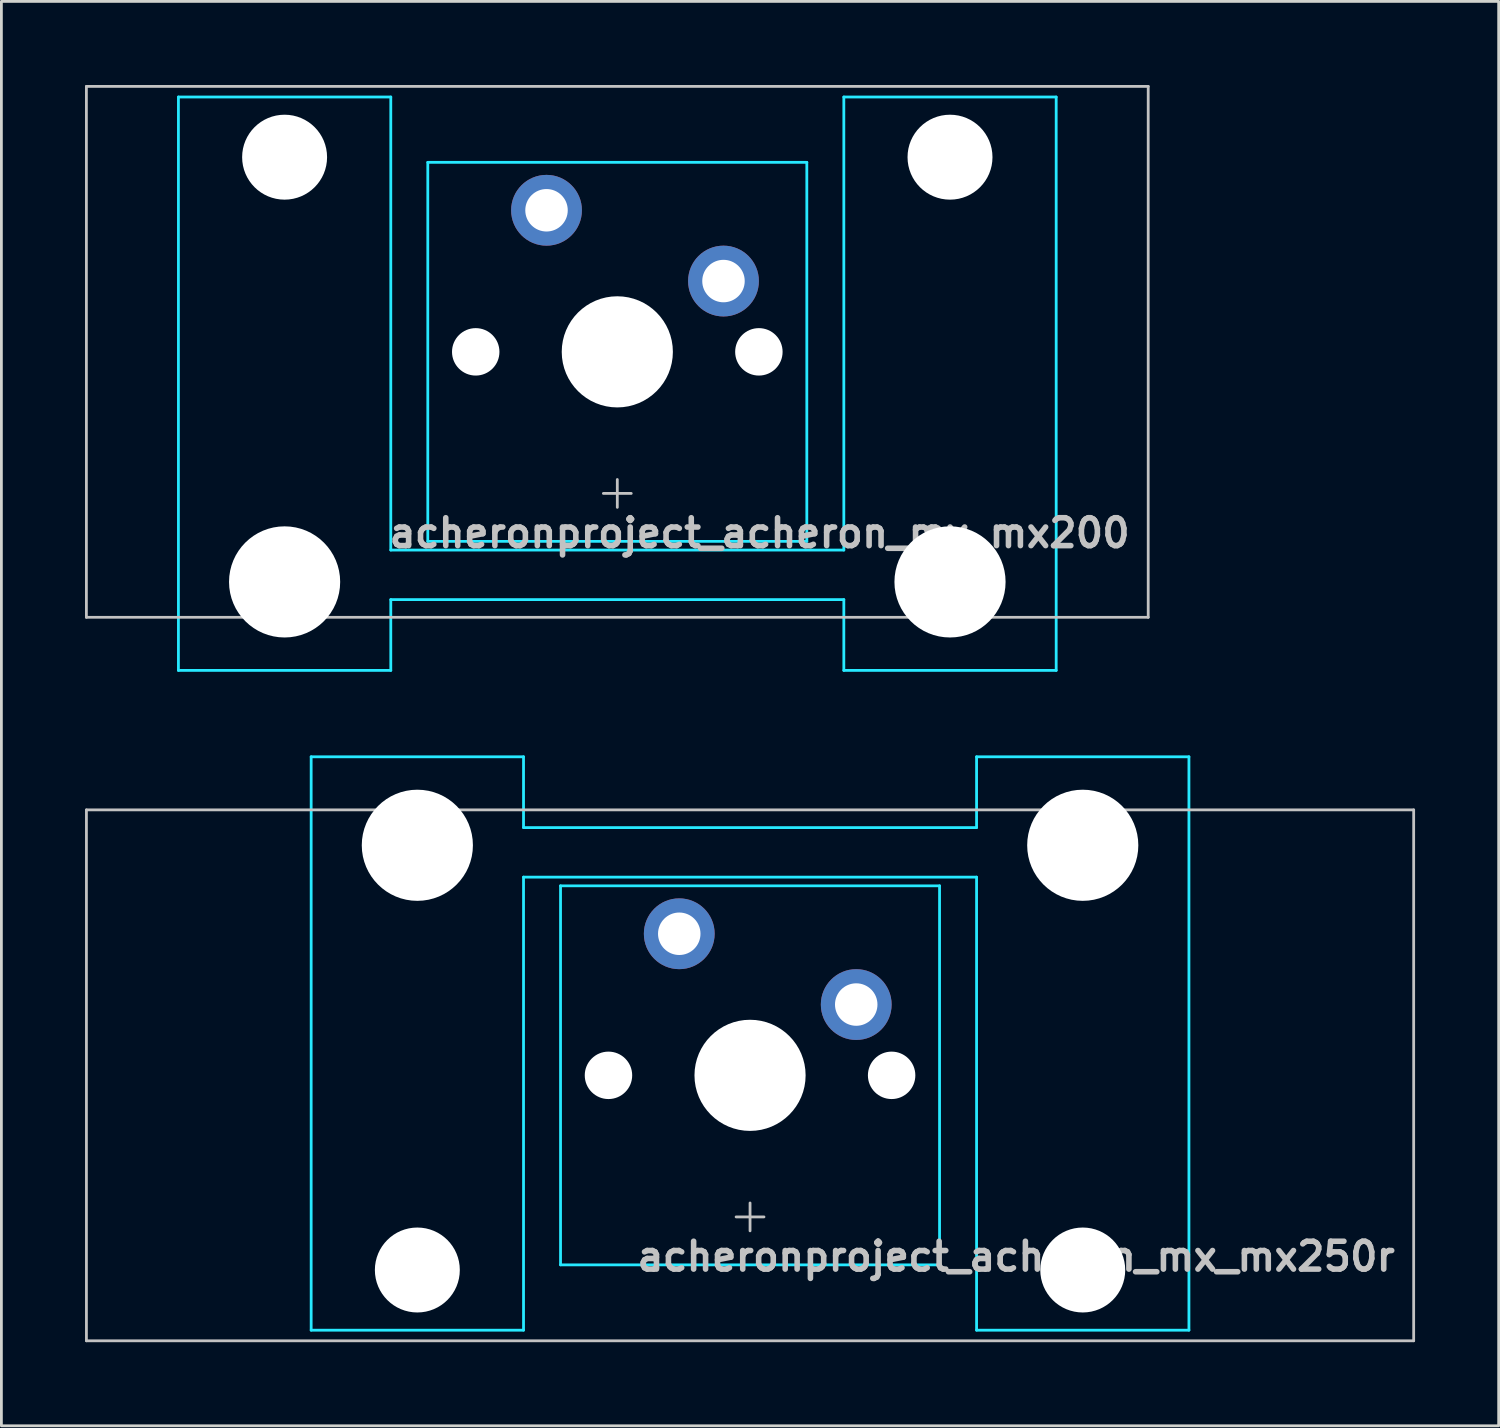
<source format=kicad_pcb>
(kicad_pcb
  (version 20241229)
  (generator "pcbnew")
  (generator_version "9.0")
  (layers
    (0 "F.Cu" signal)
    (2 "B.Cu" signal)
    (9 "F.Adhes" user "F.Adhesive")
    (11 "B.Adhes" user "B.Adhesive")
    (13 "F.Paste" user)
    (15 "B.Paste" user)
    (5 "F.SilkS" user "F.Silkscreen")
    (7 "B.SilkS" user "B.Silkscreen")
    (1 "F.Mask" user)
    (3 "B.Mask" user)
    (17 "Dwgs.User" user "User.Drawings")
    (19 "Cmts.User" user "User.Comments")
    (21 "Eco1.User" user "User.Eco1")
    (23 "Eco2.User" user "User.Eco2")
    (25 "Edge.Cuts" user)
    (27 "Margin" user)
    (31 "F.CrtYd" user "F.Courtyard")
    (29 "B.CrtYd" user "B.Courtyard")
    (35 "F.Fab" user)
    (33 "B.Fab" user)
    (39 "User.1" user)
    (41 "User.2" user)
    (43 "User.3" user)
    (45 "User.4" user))
  (footprint "acheronproject_acheron_mx_mx250r"
    (layer "F.Cu")
    (at 23.863 35.535)
    (property "Reference" "acheronproject_acheron_mx_mx250r" (at 23.25 6.5 0) (layer "Dwgs.User") (effects (font (size 1 1) (thickness 0.2)) (justify right)))
    (attr through_hole)
    (fp_line (start -23.812 -9.525) (end -23.812 9.525) (stroke (width 0.1) (type solid)) (layer "Dwgs.User"))
    (fp_line (start -23.812 -9.525) (end 23.812 -9.525) (stroke (width 0.1) (type solid)) (layer "Dwgs.User"))
    (fp_line (start -23.812 9.525) (end 23.812 9.525) (stroke (width 0.1) (type solid)) (layer "Dwgs.User"))
    (fp_line (start -0.5 5.08) (end 0.5 5.08) (stroke (width 0.1) (type solid)) (layer "Dwgs.User"))
    (fp_line (start 0 5.58) (end 0 4.58) (stroke (width 0.1) (type solid)) (layer "Dwgs.User"))
    (fp_line (start 23.812 -9.525) (end 23.812 9.525) (stroke (width 0.1) (type solid)) (layer "Dwgs.User"))
    (fp_line (start -15.438 -8.515) (end -15.438 5.485) (stroke (width 0.1) (type solid)) (layer "Eco1.User"))
    (fp_line (start -14.938 -9.015) (end -8.938 -9.015) (stroke (width 0.1) (type solid)) (layer "Eco1.User"))
    (fp_line (start -8.938 5.985) (end -14.938 5.985) (stroke (width 0.1) (type solid)) (layer "Eco1.User"))
    (fp_line (start -8.438 5.485) (end -8.438 -8.515) (stroke (width 0.1) (type solid)) (layer "Eco1.User"))
    (fp_line (start -7 -6.5) (end -7 6.5) (stroke (width 0.1) (type solid)) (layer "Eco1.User"))
    (fp_line (start -6.5 7) (end 6.5 7) (stroke (width 0.1) (type solid)) (layer "Eco1.User"))
    (fp_line (start 6.5 -7) (end -6.5 -7) (stroke (width 0.1) (type solid)) (layer "Eco1.User"))
    (fp_line (start 7 6.5) (end 7 -6.5) (stroke (width 0.1) (type solid)) (layer "Eco1.User"))
    (fp_line (start 8.438 -8.515) (end 8.438 5.485) (stroke (width 0.1) (type solid)) (layer "Eco1.User"))
    (fp_line (start 8.938 -9.015) (end 14.938 -9.015) (stroke (width 0.1) (type solid)) (layer "Eco1.User"))
    (fp_line (start 14.938 5.985) (end 8.938 5.985) (stroke (width 0.1) (type solid)) (layer "Eco1.User"))
    (fp_line (start 15.438 5.485) (end 15.438 -8.515) (stroke (width 0.1) (type solid)) (layer "Eco1.User"))
    (fp_arc (start -15.438 -8.515) (mid -15.291553 -8.868553) (end -14.938 -9.015) (stroke (width 0.1) (type solid)) (layer "Eco1.User"))
    (fp_arc (start -14.938 5.985) (mid -15.291553 5.838553) (end -15.438 5.485) (stroke (width 0.1) (type solid)) (layer "Eco1.User"))
    (fp_arc (start -8.938 -9.015) (mid -8.584447 -8.868553) (end -8.438 -8.515) (stroke (width 0.1) (type solid)) (layer "Eco1.User"))
    (fp_arc (start -8.438 5.485) (mid -8.584447 5.838553) (end -8.938 5.985) (stroke (width 0.1) (type solid)) (layer "Eco1.User"))
    (fp_arc (start -7 -6.5) (mid -6.853553 -6.853553) (end -6.5 -7) (stroke (width 0.1) (type solid)) (layer "Eco1.User"))
    (fp_arc (start -6.5 7) (mid -6.853553 6.853553) (end -7 6.5) (stroke (width 0.1) (type solid)) (layer "Eco1.User"))
    (fp_arc (start 6.5 -7) (mid 6.853553 -6.853553) (end 7 -6.5) (stroke (width 0.1) (type solid)) (layer "Eco1.User"))
    (fp_arc (start 7 6.5) (mid 6.853553 6.853553) (end 6.5 7) (stroke (width 0.1) (type solid)) (layer "Eco1.User"))
    (fp_arc (start 8.438 -8.515) (mid 8.584447 -8.868553) (end 8.938 -9.015) (stroke (width 0.1) (type solid)) (layer "Eco1.User"))
    (fp_arc (start 8.938 5.985) (mid 8.584447 5.838553) (end 8.438 5.485) (stroke (width 0.1) (type solid)) (layer "Eco1.User"))
    (fp_arc (start 14.938 -9.015) (mid 15.291553 -8.868553) (end 15.438 -8.515) (stroke (width 0.1) (type solid)) (layer "Eco1.User"))
    (fp_arc (start 15.438 5.485) (mid 15.291553 5.838553) (end 14.938 5.985) (stroke (width 0.1) (type solid)) (layer "Eco1.User"))
    (fp_line (start -15.748 -11.43) (end -8.128 -11.43) (stroke (width 0.1) (type solid)) (layer "B.CrtYd"))
    (fp_line (start -15.748 9.144) (end -15.748 -11.43) (stroke (width 0.1) (type solid)) (layer "B.CrtYd"))
    (fp_line (start -8.128 -11.43) (end -8.128 -8.89) (stroke (width 0.1) (type solid)) (layer "B.CrtYd"))
    (fp_line (start -8.128 9.144) (end -15.748 9.144) (stroke (width 0.1) (type solid)) (layer "B.CrtYd"))
    (fp_line (start -8.128 9.144) (end -8.128 -7.112) (stroke (width 0.1) (type solid)) (layer "B.CrtYd"))
    (fp_line (start -6.8 6.8) (end -6.8 -6.8) (stroke (width 0.1) (type solid)) (layer "B.CrtYd"))
    (fp_line (start 6.8 -6.8) (end -6.8 -6.8) (stroke (width 0.1) (type solid)) (layer "B.CrtYd"))
    (fp_line (start 6.8 6.8) (end -6.8 6.8) (stroke (width 0.1) (type solid)) (layer "B.CrtYd"))
    (fp_line (start 6.8 6.8) (end 6.8 -6.8) (stroke (width 0.1) (type solid)) (layer "B.CrtYd"))
    (fp_line (start 8.128 -11.43) (end 8.128 -8.89) (stroke (width 0.1) (type solid)) (layer "B.CrtYd"))
    (fp_line (start 8.128 -11.43) (end 15.748 -11.43) (stroke (width 0.1) (type solid)) (layer "B.CrtYd"))
    (fp_line (start 8.128 -8.89) (end -8.128 -8.89) (stroke (width 0.1) (type solid)) (layer "B.CrtYd"))
    (fp_line (start 8.128 -7.112) (end -8.128 -7.112) (stroke (width 0.1) (type solid)) (layer "B.CrtYd"))
    (fp_line (start 8.128 9.144) (end 8.128 -7.112) (stroke (width 0.1) (type solid)) (layer "B.CrtYd"))
    (fp_line (start 15.748 -11.43) (end 15.748 9.144) (stroke (width 0.1) (type solid)) (layer "B.CrtYd"))
    (fp_line (start 15.748 9.144) (end 8.128 9.144) (stroke (width 0.1) (type solid)) (layer "B.CrtYd"))
    (pad "" np_thru_hole circle (at -11.938 -8.255 180) (size 3.988 3.988) (drill 3.988) (layers "*.Cu" "*.Mask"))
    (pad "" np_thru_hole circle (at -11.938 6.985 180) (size 3.048 3.048) (drill 3.048) (layers "*.Cu" "*.Mask"))
    (pad "" np_thru_hole circle (at -5.08 0) (size 1.702 1.702) (drill 1.702) (layers "*.Cu" "*.Mask"))
    (pad "" np_thru_hole circle (at 0 0) (size 3.988 3.988) (drill 3.988) (layers "*.Cu" "*.Mask"))
    (pad "" np_thru_hole circle (at 5.08 0) (size 1.702 1.702) (drill 1.702) (layers "*.Cu" "*.Mask"))
    (pad "" np_thru_hole circle (at 11.938 -8.255 180) (size 3.988 3.988) (drill 3.988) (layers "*.Cu" "*.Mask"))
    (pad "" np_thru_hole circle (at 11.938 6.985 180) (size 3.048 3.048) (drill 3.048) (layers "*.Cu" "*.Mask"))
    (pad "1" thru_hole circle (at -2.54 -5.08) (size 2.54 2.54) (drill 1.524) (layers "*.Cu" "*.Mask"))
    (pad "2" thru_hole circle (at 3.81 -2.54) (size 2.54 2.54) (drill 1.524) (layers "*.Cu" "*.Mask")))
  (footprint "acheronproject_acheron_mx_mx200"
    (layer "F.Cu")
    (at 19.1 9.575)
    (property "Reference" "acheronproject_acheron_mx_mx200" (at 18.5 6.5 0) (layer "Dwgs.User") (effects (font (size 1 1) (thickness 0.2)) (justify right)))
    (attr through_hole)
    (fp_line (start -19.05 -9.525) (end -19.05 9.525) (stroke (width 0.1) (type solid)) (layer "Dwgs.User"))
    (fp_line (start -19.05 -9.525) (end 19.05 -9.525) (stroke (width 0.1) (type solid)) (layer "Dwgs.User"))
    (fp_line (start -19.05 9.525) (end 19.05 9.525) (stroke (width 0.1) (type solid)) (layer "Dwgs.User"))
    (fp_line (start -0.5 5.08) (end 0.5 5.08) (stroke (width 0.1) (type solid)) (layer "Dwgs.User"))
    (fp_line (start 0 5.58) (end 0 4.58) (stroke (width 0.1) (type solid)) (layer "Dwgs.User"))
    (fp_line (start 19.05 -9.525) (end 19.05 9.525) (stroke (width 0.1) (type solid)) (layer "Dwgs.User"))
    (fp_line (start -15.438 -5.485) (end -15.438 8.515) (stroke (width 0.1) (type solid)) (layer "Eco1.User"))
    (fp_line (start -14.938 -5.985) (end -8.938 -5.985) (stroke (width 0.1) (type solid)) (layer "Eco1.User"))
    (fp_line (start -8.938 9.015) (end -14.938 9.015) (stroke (width 0.1) (type solid)) (layer "Eco1.User"))
    (fp_line (start -8.438 8.515) (end -8.438 -5.485) (stroke (width 0.1) (type solid)) (layer "Eco1.User"))
    (fp_line (start -7 -6.5) (end -7 6.5) (stroke (width 0.1) (type solid)) (layer "Eco1.User"))
    (fp_line (start -6.5 7) (end 6.5 7) (stroke (width 0.1) (type solid)) (layer "Eco1.User"))
    (fp_line (start 6.5 -7) (end -6.5 -7) (stroke (width 0.1) (type solid)) (layer "Eco1.User"))
    (fp_line (start 7 6.5) (end 7 -6.5) (stroke (width 0.1) (type solid)) (layer "Eco1.User"))
    (fp_line (start 8.438 -5.485) (end 8.438 8.515) (stroke (width 0.1) (type solid)) (layer "Eco1.User"))
    (fp_line (start 8.938 -5.985) (end 14.938 -5.985) (stroke (width 0.1) (type solid)) (layer "Eco1.User"))
    (fp_line (start 14.938 9.015) (end 8.938 9.015) (stroke (width 0.1) (type solid)) (layer "Eco1.User"))
    (fp_line (start 15.438 8.515) (end 15.438 -5.485) (stroke (width 0.1) (type solid)) (layer "Eco1.User"))
    (fp_arc (start -15.438 -5.485) (mid -15.291553 -5.838553) (end -14.938 -5.985) (stroke (width 0.1) (type solid)) (layer "Eco1.User"))
    (fp_arc (start -14.938 9.015) (mid -15.291553 8.868553) (end -15.438 8.515) (stroke (width 0.1) (type solid)) (layer "Eco1.User"))
    (fp_arc (start -8.938 -5.985) (mid -8.584447 -5.838553) (end -8.438 -5.485) (stroke (width 0.1) (type solid)) (layer "Eco1.User"))
    (fp_arc (start -8.438 8.515) (mid -8.584447 8.868553) (end -8.938 9.015) (stroke (width 0.1) (type solid)) (layer "Eco1.User"))
    (fp_arc (start -7 -6.5) (mid -6.853553 -6.853553) (end -6.5 -7) (stroke (width 0.1) (type solid)) (layer "Eco1.User"))
    (fp_arc (start -6.5 7) (mid -6.853553 6.853553) (end -7 6.5) (stroke (width 0.1) (type solid)) (layer "Eco1.User"))
    (fp_arc (start 6.5 -7) (mid 6.853553 -6.853553) (end 7 -6.5) (stroke (width 0.1) (type solid)) (layer "Eco1.User"))
    (fp_arc (start 7 6.5) (mid 6.853553 6.853553) (end 6.5 7) (stroke (width 0.1) (type solid)) (layer "Eco1.User"))
    (fp_arc (start 8.438 -5.485) (mid 8.584447 -5.838553) (end 8.938 -5.985) (stroke (width 0.1) (type solid)) (layer "Eco1.User"))
    (fp_arc (start 8.938 9.015) (mid 8.584447 8.868553) (end 8.438 8.515) (stroke (width 0.1) (type solid)) (layer "Eco1.User"))
    (fp_arc (start 14.938 -5.985) (mid 15.291553 -5.838553) (end 15.438 -5.485) (stroke (width 0.1) (type solid)) (layer "Eco1.User"))
    (fp_arc (start 15.438 8.515) (mid 15.291553 8.868553) (end 14.938 9.015) (stroke (width 0.1) (type solid)) (layer "Eco1.User"))
    (fp_line (start -15.748 -9.144) (end -8.128 -9.144) (stroke (width 0.1) (type solid)) (layer "B.CrtYd"))
    (fp_line (start -15.748 11.43) (end -15.748 -9.144) (stroke (width 0.1) (type solid)) (layer "B.CrtYd"))
    (fp_line (start -8.128 -9.144) (end -8.128 7.112) (stroke (width 0.1) (type solid)) (layer "B.CrtYd"))
    (fp_line (start -8.128 7.112) (end 8.128 7.112) (stroke (width 0.1) (type solid)) (layer "B.CrtYd"))
    (fp_line (start -8.128 8.89) (end 8.128 8.89) (stroke (width 0.1) (type solid)) (layer "B.CrtYd"))
    (fp_line (start -8.128 11.43) (end -15.748 11.43) (stroke (width 0.1) (type solid)) (layer "B.CrtYd"))
    (fp_line (start -8.128 11.43) (end -8.128 8.89) (stroke (width 0.1) (type solid)) (layer "B.CrtYd"))
    (fp_line (start -6.8 6.8) (end -6.8 -6.8) (stroke (width 0.1) (type solid)) (layer "B.CrtYd"))
    (fp_line (start 6.8 -6.8) (end -6.8 -6.8) (stroke (width 0.1) (type solid)) (layer "B.CrtYd"))
    (fp_line (start 6.8 6.8) (end -6.8 6.8) (stroke (width 0.1) (type solid)) (layer "B.CrtYd"))
    (fp_line (start 6.8 6.8) (end 6.8 -6.8) (stroke (width 0.1) (type solid)) (layer "B.CrtYd"))
    (fp_line (start 8.128 -9.144) (end 8.128 7.112) (stroke (width 0.1) (type solid)) (layer "B.CrtYd"))
    (fp_line (start 8.128 -9.144) (end 15.748 -9.144) (stroke (width 0.1) (type solid)) (layer "B.CrtYd"))
    (fp_line (start 8.128 11.43) (end 8.128 8.89) (stroke (width 0.1) (type solid)) (layer "B.CrtYd"))
    (fp_line (start 15.748 -9.144) (end 15.748 11.43) (stroke (width 0.1) (type solid)) (layer "B.CrtYd"))
    (fp_line (start 15.748 11.43) (end 8.128 11.43) (stroke (width 0.1) (type solid)) (layer "B.CrtYd"))
    (pad "" np_thru_hole circle (at -11.938 -6.985) (size 3.048 3.048) (drill 3.048) (layers "*.Cu" "*.Mask"))
    (pad "" np_thru_hole circle (at -11.938 8.255) (size 3.988 3.988) (drill 3.988) (layers "*.Cu" "*.Mask"))
    (pad "" np_thru_hole circle (at -5.08 0) (size 1.702 1.702) (drill 1.702) (layers "*.Cu" "*.Mask"))
    (pad "" np_thru_hole circle (at 0 0) (size 3.988 3.988) (drill 3.988) (layers "*.Cu" "*.Mask"))
    (pad "" np_thru_hole circle (at 5.08 0) (size 1.702 1.702) (drill 1.702) (layers "*.Cu" "*.Mask"))
    (pad "" np_thru_hole circle (at 11.938 -6.985) (size 3.048 3.048) (drill 3.048) (layers "*.Cu" "*.Mask"))
    (pad "" np_thru_hole circle (at 11.938 8.255) (size 3.988 3.988) (drill 3.988) (layers "*.Cu" "*.Mask"))
    (pad "1" thru_hole circle (at -2.54 -5.08) (size 2.54 2.54) (drill 1.524) (layers "*.Cu" "*.Mask"))
    (pad "2" thru_hole circle (at 3.81 -2.54) (size 2.54 2.54) (drill 1.524) (layers "*.Cu" "*.Mask")))
  (gr_rect
    (start -3 -3)
    (end 50.725 48.11)
    (stroke (width 0.1) (type default))
    (fill no)
    (layer "Edge.Cuts")))
</source>
